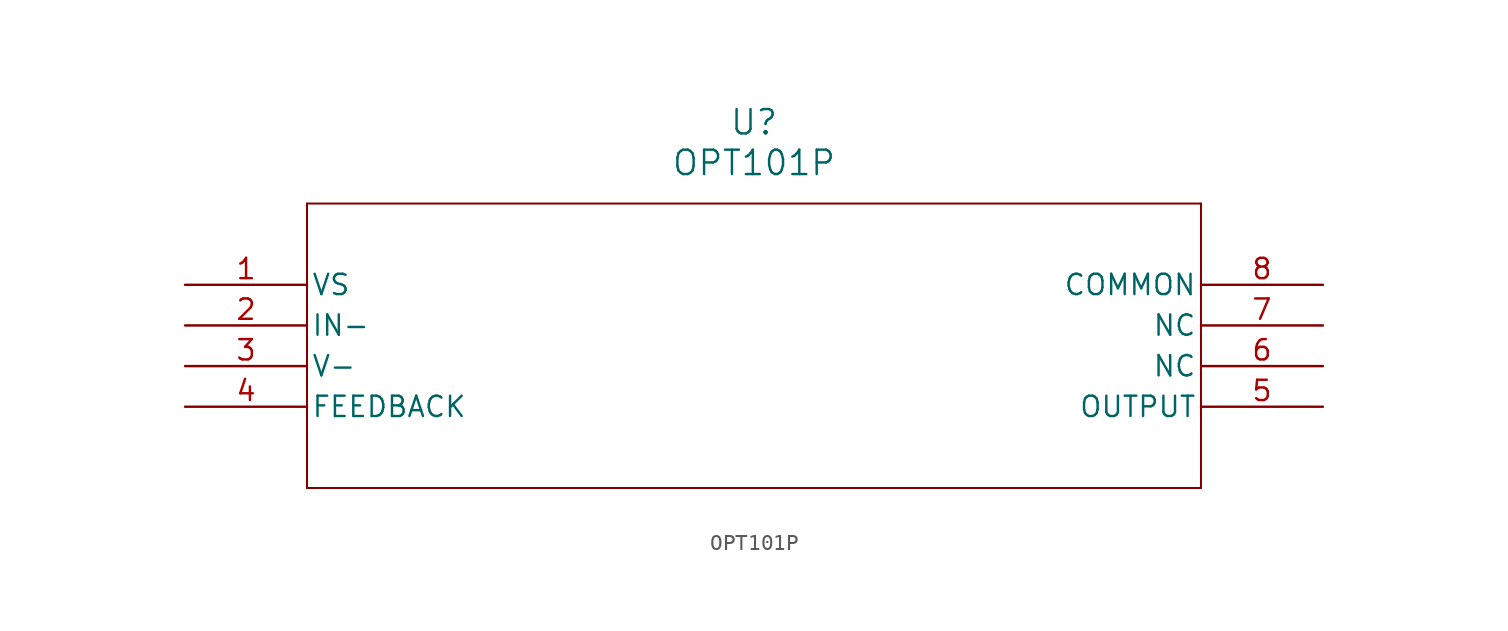
<source format=kicad_sym>
(kicad_symbol_lib
  (version 20211014)
  (generator kicad_symbol_editor)
  (symbol "OPT101P"
    (pin_names
      (offset 0.254))
    (property "Reference" "U"
      (at 35.56 10.16 0)
      (effects (font (size 1.524 1.524))))
    (property "Value" "OPT101P"
      (at 35.56 7.62 0)
      (effects (font (size 1.524 1.524))))
    (symbol "OPT101P_0_1"
      (polyline (pts (xy 7.62 5.08) (xy 7.62 -12.7)) (stroke (width 0.127) (type default) (color 0 0 0 0)) (fill (type none)))
      (polyline (pts (xy 7.62 -12.7) (xy 63.5 -12.7)) (stroke (width 0.127) (type default) (color 0 0 0 0)) (fill (type none)))
      (polyline (pts (xy 63.5 -12.7) (xy 63.5 5.08)) (stroke (width 0.127) (type default) (color 0 0 0 0)) (fill (type none)))
      (polyline (pts (xy 63.5 5.08) (xy 7.62 5.08)) (stroke (width 0.127) (type default) (color 0 0 0 0)) (fill (type none)))
      (pin power_in line (at 0 0 0) (length 7.62) (name "VS" (effects (font (size 1.27 1.27)))) (number "1" (effects (font (size 1.27 1.27)))))
      (pin input line (at 0 -2.54 0) (length 7.62) (name "IN-" (effects (font (size 1.27 1.27)))) (number "2" (effects (font (size 1.27 1.27)))))
      (pin power_in line (at 0 -5.08 0) (length 7.62) (name "V-" (effects (font (size 1.27 1.27)))) (number "3" (effects (font (size 1.27 1.27)))))
      (pin unspecified line (at 0 -7.62 0) (length 7.62) (name "FEEDBACK" (effects (font (size 1.27 1.27)))) (number "4" (effects (font (size 1.27 1.27)))))
      (pin output line (at 71.12 -7.62 180) (length 7.62) (name "OUTPUT" (effects (font (size 1.27 1.27)))) (number "5" (effects (font (size 1.27 1.27)))))
      (pin unspecified line (at 71.12 -5.08 180) (length 7.62) (name "NC" (effects (font (size 1.27 1.27)))) (number "6" (effects (font (size 1.27 1.27)))))
      (pin unspecified line (at 71.12 -2.54 180) (length 7.62) (name "NC" (effects (font (size 1.27 1.27)))) (number "7" (effects (font (size 1.27 1.27)))))
      (pin unspecified line (at 71.12 0 180) (length 7.62) (name "COMMON" (effects (font (size 1.27 1.27)))) (number "8" (effects (font (size 1.27 1.27))))))))
</source>
